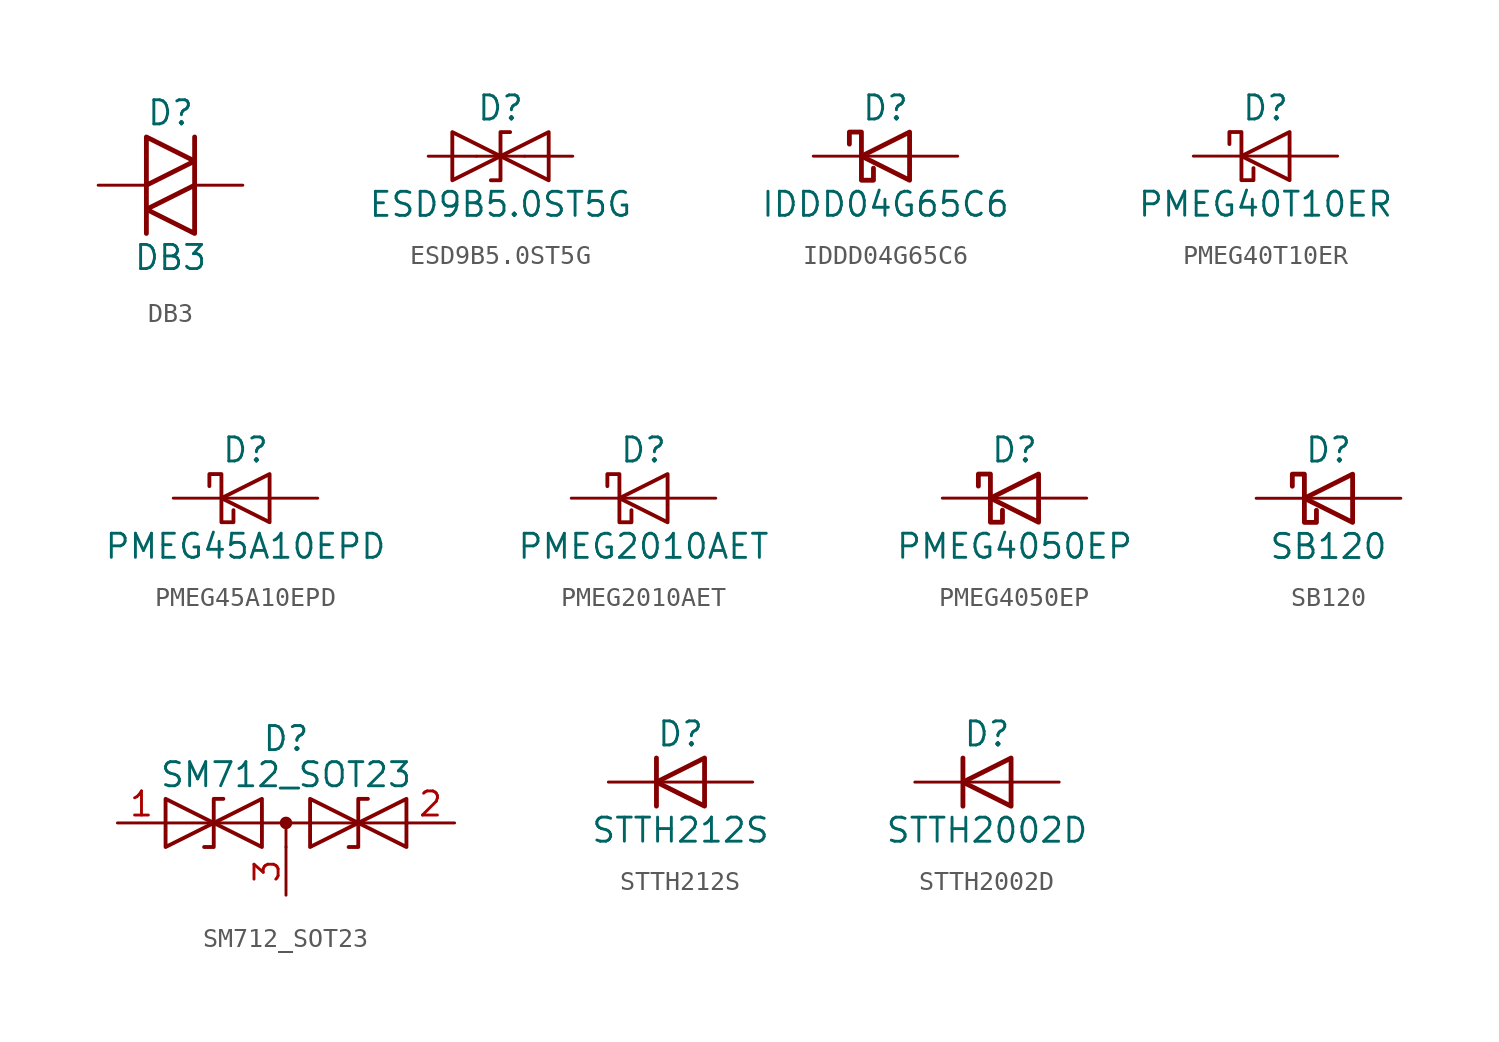
<source format=kicad_sym>
(kicad_symbol_lib
  (version 20220914)
  (generator kicad_symbol_editor)
  (symbol "DB3"
    (pin_numbers hide)
    (pin_names
      (offset 1.016) hide)
    (property "Reference" "D"
      (at 0 3.81 0)
      (effects (font (size 1.27 1.27))))
    (property "Value" "DB3"
      (at 0 -3.81 0)
      (effects (font (size 1.27 1.27))))
    (symbol "DB3_0_1"
      (polyline (pts (xy -1.27 0) (xy -1.27 -2.54)) (stroke (width 0.254) (type default)) (fill (type none)))
      (polyline (pts (xy 1.27 2.54) (xy 1.27 0)) (stroke (width 0.254) (type default)) (fill (type none)))
      (polyline (pts (xy -1.27 2.54) (xy -1.27 0) (xy 1.27 1.27) (xy -1.27 2.54)) (stroke (width 0.254) (type default)) (fill (type none)))
      (polyline (pts (xy 1.27 0) (xy 1.27 -2.54) (xy -1.27 -1.27) (xy 1.27 0)) (stroke (width 0.254) (type default)) (fill (type none))))
    (symbol "DB3_1_1"
      (pin passive line (at -3.81 0 0) (length 2.54) (name "K" (effects (font (size 1.27 1.27)))) (number "1" (effects (font (size 1.27 1.27)))))
      (pin passive line (at 3.81 0 180) (length 2.54) (name "A" (effects (font (size 1.27 1.27)))) (number "2" (effects (font (size 1.27 1.27)))))))
  (symbol "ESD9B5.0ST5G"
    (pin_numbers hide)
    (pin_names
      (offset 1.016) hide)
    (property "Reference" "D"
      (at 0 2.54 0)
      (effects (font (size 1.27 1.27))))
    (property "Value" "ESD9B5.0ST5G"
      (at 0 -2.54 0)
      (effects (font (size 1.27 1.27))))
    (symbol "ESD9B5.0ST5G_0_1"
      (polyline (pts (xy 1.27 0) (xy -1.27 0)) (stroke (width 0) (type default)) (fill (type none)))
      (polyline (pts (xy -2.54 -1.27) (xy 0 0) (xy -2.54 1.27) (xy -2.54 -1.27)) (stroke (width 0.203) (type default)) (fill (type none)))
      (polyline (pts (xy 0.508 1.27) (xy 0 1.27) (xy 0 -1.27) (xy -0.508 -1.27)) (stroke (width 0.203) (type default)) (fill (type none)))
      (polyline (pts (xy 2.54 1.27) (xy 2.54 -1.27) (xy 0 0) (xy 2.54 1.27)) (stroke (width 0.203) (type default)) (fill (type none))))
    (symbol "ESD9B5.0ST5G_1_1"
      (pin passive line (at -3.81 0 0) (length 2.54) (name "A1" (effects (font (size 1.27 1.27)))) (number "1" (effects (font (size 1.27 1.27)))))
      (pin passive line (at 3.81 0 180) (length 2.54) (name "A2" (effects (font (size 1.27 1.27)))) (number "2" (effects (font (size 1.27 1.27)))))))
  (symbol "IDDD04G65C6"
    (pin_numbers hide)
    (pin_names
      (offset 1.016) hide)
    (property "Reference" "D"
      (at 0 2.54 0)
      (effects (font (size 1.27 1.27))))
    (property "Value" "IDDD04G65C6"
      (at 0 -2.54 0)
      (effects (font (size 1.27 1.27))))
    (symbol "IDDD04G65C6_0_1"
      (polyline (pts (xy 1.27 0) (xy -1.27 0)) (stroke (width 0) (type default)) (fill (type none)))
      (polyline (pts (xy 1.27 1.27) (xy 1.27 -1.27) (xy -1.27 0) (xy 1.27 1.27)) (stroke (width 0.254) (type default)) (fill (type none)))
      (polyline (pts (xy -1.905 0.635) (xy -1.905 1.27) (xy -1.27 1.27) (xy -1.27 -1.27) (xy -0.635 -1.27) (xy -0.635 -0.635)) (stroke (width 0.254) (type default)) (fill (type none))))
    (symbol "IDDD04G65C6_1_1"
      (pin no_connect line (at 1.27 -1.27 180) (length 2.54) hide (name "NC" (effects (font (size 1.27 1.27)))) (number "1" (effects (font (size 1.27 1.27)))))
      (pin passive line (at -3.81 0 0) (length 2.54) hide (name "K" (effects (font (size 1.27 1.27)))) (number "10" (effects (font (size 1.27 1.27)))))
      (pin no_connect line (at 1.27 1.27 180) (length 2.54) hide (name "NC" (effects (font (size 1.27 1.27)))) (number "2" (effects (font (size 1.27 1.27)))))
      (pin passive line (at 3.81 0 180) (length 2.54) (name "A" (effects (font (size 1.27 1.27)))) (number "3" (effects (font (size 1.27 1.27)))))
      (pin passive line (at 3.81 0 180) (length 2.54) hide (name "A" (effects (font (size 1.27 1.27)))) (number "4" (effects (font (size 1.27 1.27)))))
      (pin passive line (at 3.81 0 180) (length 2.54) hide (name "A" (effects (font (size 1.27 1.27)))) (number "5" (effects (font (size 1.27 1.27)))))
      (pin passive line (at -3.81 0 0) (length 2.54) (name "K" (effects (font (size 1.27 1.27)))) (number "6" (effects (font (size 1.27 1.27)))))
      (pin passive line (at -3.81 0 0) (length 2.54) hide (name "K" (effects (font (size 1.27 1.27)))) (number "7" (effects (font (size 1.27 1.27)))))
      (pin passive line (at -3.81 0 0) (length 2.54) hide (name "K" (effects (font (size 1.27 1.27)))) (number "8" (effects (font (size 1.27 1.27)))))
      (pin passive line (at -3.81 0 0) (length 2.54) hide (name "K" (effects (font (size 1.27 1.27)))) (number "9" (effects (font (size 1.27 1.27)))))))
  (symbol "PMEG40T10ER"
    (pin_numbers hide)
    (pin_names hide)
    (property "Reference" "D"
      (at 0 2.54 0)
      (effects (font (size 1.27 1.27))))
    (property "Value" "PMEG40T10ER"
      (at 0 -2.54 0)
      (effects (font (size 1.27 1.27))))
    (symbol "PMEG40T10ER_0_1"
      (polyline (pts (xy 1.27 0) (xy -1.27 0)) (stroke (width 0) (type default)) (fill (type none)))
      (polyline (pts (xy 1.27 1.27) (xy 1.27 -1.27) (xy -1.27 0) (xy 1.27 1.27)) (stroke (width 0.203) (type default)) (fill (type none)))
      (polyline (pts (xy -1.905 0.635) (xy -1.905 1.27) (xy -1.27 1.27) (xy -1.27 -1.27) (xy -0.635 -1.27) (xy -0.635 -0.635)) (stroke (width 0.203) (type default)) (fill (type none))))
    (symbol "PMEG40T10ER_1_1"
      (pin passive line (at -3.81 0 0) (length 2.54) (name "K" (effects (font (size 1.27 1.27)))) (number "1" (effects (font (size 1.27 1.27)))))
      (pin passive line (at 3.81 0 180) (length 2.54) (name "A" (effects (font (size 1.27 1.27)))) (number "2" (effects (font (size 1.27 1.27)))))))
  (symbol "PMEG45A10EPD"
    (pin_numbers hide)
    (pin_names hide)
    (property "Reference" "D"
      (at 0 2.54 0)
      (effects (font (size 1.27 1.27))))
    (property "Value" "PMEG45A10EPD"
      (at 0 -2.54 0)
      (effects (font (size 1.27 1.27))))
    (symbol "PMEG45A10EPD_0_1"
      (polyline (pts (xy 1.27 0) (xy -1.27 0)) (stroke (width 0) (type default)) (fill (type none)))
      (polyline (pts (xy 1.27 1.27) (xy 1.27 -1.27) (xy -1.27 0) (xy 1.27 1.27)) (stroke (width 0.203) (type default)) (fill (type none)))
      (polyline (pts (xy -1.905 0.635) (xy -1.905 1.27) (xy -1.27 1.27) (xy -1.27 -1.27) (xy -0.635 -1.27) (xy -0.635 -0.635)) (stroke (width 0.203) (type default)) (fill (type none))))
    (symbol "PMEG45A10EPD_1_1"
      (pin passive line (at 3.81 0 180) (length 2.54) (name "A" (effects (font (size 1.27 1.27)))) (number "1" (effects (font (size 1.27 1.27)))))
      (pin passive line (at 3.81 0 180) (length 2.54) hide (name "A" (effects (font (size 1.27 1.27)))) (number "2" (effects (font (size 1.27 1.27)))))
      (pin passive line (at -3.81 0 0) (length 2.54) (name "K" (effects (font (size 1.27 1.27)))) (number "3" (effects (font (size 1.27 1.27)))))))
  (symbol "PMEG2010AET"
    (pin_numbers hide)
    (pin_names hide)
    (property "Reference" "D"
      (at 0 2.54 0)
      (effects (font (size 1.27 1.27))))
    (property "Value" "PMEG2010AET"
      (at 0 -2.54 0)
      (effects (font (size 1.27 1.27))))
    (symbol "PMEG2010AET_0_1"
      (polyline (pts (xy 1.27 0) (xy -1.27 0)) (stroke (width 0) (type default)) (fill (type none)))
      (polyline (pts (xy 1.27 -1.27) (xy 1.27 1.27) (xy -1.27 0) (xy 1.27 -1.27)) (stroke (width 0.203) (type default)) (fill (type none)))
      (polyline (pts (xy -1.905 0.635) (xy -1.905 1.27) (xy -1.27 1.27) (xy -1.27 -1.27) (xy -0.635 -1.27) (xy -0.635 -0.635)) (stroke (width 0.203) (type default)) (fill (type none))))
    (symbol "PMEG2010AET_1_1"
      (pin passive line (at 3.81 0 180) (length 2.54) (name "A" (effects (font (size 1.27 1.27)))) (number "1" (effects (font (size 1.27 1.27)))))
      (pin no_connect line (at 0 0 180) (length 2.54) hide (name "NC" (effects (font (size 1.27 1.27)))) (number "2" (effects (font (size 1.27 1.27)))))
      (pin passive line (at -3.81 0 0) (length 2.54) (name "K" (effects (font (size 1.27 1.27)))) (number "3" (effects (font (size 1.27 1.27)))))))
  (symbol "PMEG4050EP"
    (pin_numbers hide)
    (pin_names hide)
    (property "Reference" "D"
      (at 0 2.54 0)
      (effects (font (size 1.27 1.27))))
    (property "Value" "PMEG4050EP"
      (at 0 -2.54 0)
      (effects (font (size 1.27 1.27))))
    (symbol "PMEG4050EP_0_1"
      (polyline (pts (xy 1.27 0) (xy -1.27 0)) (stroke (width 0) (type default)) (fill (type none)))
      (polyline (pts (xy 1.27 1.27) (xy 1.27 -1.27) (xy -1.27 0) (xy 1.27 1.27)) (stroke (width 0.254) (type default)) (fill (type none)))
      (polyline (pts (xy -1.905 0.635) (xy -1.905 1.27) (xy -1.27 1.27) (xy -1.27 -1.27) (xy -0.635 -1.27) (xy -0.635 -0.635)) (stroke (width 0.254) (type default)) (fill (type none))))
    (symbol "PMEG4050EP_1_1"
      (pin passive line (at -3.81 0 0) (length 2.54) (name "K" (effects (font (size 1.27 1.27)))) (number "1" (effects (font (size 1.27 1.27)))))
      (pin passive line (at 3.81 0 180) (length 2.54) (name "A" (effects (font (size 1.27 1.27)))) (number "2" (effects (font (size 1.27 1.27)))))))
  (symbol "SB120"
    (pin_numbers hide)
    (pin_names
      (offset 1.016) hide)
    (property "Reference" "D"
      (at 0 2.54 0)
      (effects (font (size 1.27 1.27))))
    (property "Value" "SB120"
      (at 0 -2.54 0)
      (effects (font (size 1.27 1.27))))
    (symbol "SB120_0_1"
      (polyline (pts (xy 1.27 0) (xy -1.27 0)) (stroke (width 0) (type default)) (fill (type none)))
      (polyline (pts (xy 1.27 1.27) (xy 1.27 -1.27) (xy -1.27 0) (xy 1.27 1.27)) (stroke (width 0.254) (type default)) (fill (type none)))
      (polyline (pts (xy -1.905 0.635) (xy -1.905 1.27) (xy -1.27 1.27) (xy -1.27 -1.27) (xy -0.635 -1.27) (xy -0.635 -0.635)) (stroke (width 0.254) (type default)) (fill (type none))))
    (symbol "SB120_1_1"
      (pin passive line (at -3.81 0 0) (length 2.54) (name "K" (effects (font (size 1.27 1.27)))) (number "1" (effects (font (size 1.27 1.27)))))
      (pin passive line (at 3.81 0 180) (length 2.54) (name "A" (effects (font (size 1.27 1.27)))) (number "2" (effects (font (size 1.27 1.27)))))))
  (symbol "SM712_SOT23"
    (pin_names
      (offset 1.016) hide)
    (property "Reference" "D"
      (at 0 4.445 0)
      (effects (font (size 1.27 1.27))))
    (property "Value" "SM712_SOT23"
      (at 0 2.54 0)
      (effects (font (size 1.27 1.27))))
    (symbol "SM712_SOT23_0_0"
      (polyline (pts (xy 0 -1.27) (xy 0 0)) (stroke (width 0) (type default)) (fill (type none))))
    (symbol "SM712_SOT23_0_1"
      (polyline (pts (xy -6.35 0) (xy 6.35 0)) (stroke (width 0) (type default)) (fill (type none)))
      (polyline (pts (xy -3.302 1.27) (xy -3.81 1.27) (xy -3.81 -1.27) (xy -4.318 -1.27)) (stroke (width 0.203) (type default)) (fill (type none)))
      (polyline (pts (xy 4.318 1.27) (xy 3.81 1.27) (xy 3.81 -1.27) (xy 3.302 -1.27)) (stroke (width 0.203) (type default)) (fill (type none)))
      (polyline (pts (xy -6.35 -1.27) (xy -1.27 1.27) (xy -1.27 -1.27) (xy -6.35 1.27) (xy -6.35 -1.27)) (stroke (width 0.203) (type default)) (fill (type none)))
      (polyline (pts (xy 1.27 -1.27) (xy 1.27 1.27) (xy 6.35 -1.27) (xy 6.35 1.27) (xy 1.27 -1.27)) (stroke (width 0.203) (type default)) (fill (type none)))
      (circle (center 0 0) (radius 0.254) (stroke (width 0) (type default)) (fill (type outline))))
    (symbol "SM712_SOT23_1_1"
      (pin passive line (at -8.89 0 0) (length 2.54) (name "A1" (effects (font (size 1.27 1.27)))) (number "1" (effects (font (size 1.27 1.27)))))
      (pin passive line (at 8.89 0 180) (length 2.54) (name "A2" (effects (font (size 1.27 1.27)))) (number "2" (effects (font (size 1.27 1.27)))))
      (pin input line (at 0 -3.81 90) (length 2.54) (name "common" (effects (font (size 1.27 1.27)))) (number "3" (effects (font (size 1.27 1.27)))))))
  (symbol "STTH212S"
    (pin_numbers hide)
    (pin_names
      (offset 1.016) hide)
    (property "Reference" "D"
      (at 0 2.54 0)
      (effects (font (size 1.27 1.27))))
    (property "Value" "STTH212S"
      (at 0 -2.54 0)
      (effects (font (size 1.27 1.27))))
    (symbol "STTH212S_0_1"
      (polyline (pts (xy -1.27 1.27) (xy -1.27 -1.27)) (stroke (width 0.254) (type default)) (fill (type none)))
      (polyline (pts (xy 1.27 0) (xy -1.27 0)) (stroke (width 0) (type default)) (fill (type none)))
      (polyline (pts (xy 1.27 1.27) (xy 1.27 -1.27) (xy -1.27 0) (xy 1.27 1.27)) (stroke (width 0.254) (type default)) (fill (type none))))
    (symbol "STTH212S_1_1"
      (pin passive line (at -3.81 0 0) (length 2.54) (name "K" (effects (font (size 1.27 1.27)))) (number "1" (effects (font (size 1.27 1.27)))))
      (pin passive line (at 3.81 0 180) (length 2.54) (name "A" (effects (font (size 1.27 1.27)))) (number "2" (effects (font (size 1.27 1.27)))))))
  (symbol "STTH2002D"
    (pin_numbers hide)
    (pin_names hide)
    (property "Reference" "D"
      (at 0 2.54 0)
      (effects (font (size 1.27 1.27))))
    (property "Value" "STTH2002D"
      (at 0 -2.54 0)
      (effects (font (size 1.27 1.27))))
    (symbol "STTH2002D_0_0"
      (pin no_connect line (at 0 0 90) (length 2.54) hide (name "NC" (effects (font (size 1.27 1.27)))) (number "3" (effects (font (size 1.27 1.27))))))
    (symbol "STTH2002D_0_1"
      (polyline (pts (xy -1.27 1.27) (xy -1.27 -1.27)) (stroke (width 0.254) (type default)) (fill (type none)))
      (polyline (pts (xy 1.27 0) (xy -1.27 0)) (stroke (width 0) (type default)) (fill (type none)))
      (polyline (pts (xy 1.27 1.27) (xy 1.27 -1.27) (xy -1.27 0) (xy 1.27 1.27)) (stroke (width 0.254) (type default)) (fill (type none))))
    (symbol "STTH2002D_1_1"
      (pin passive line (at -3.81 0 0) (length 2.54) (name "K" (effects (font (size 1.27 1.27)))) (number "1" (effects (font (size 1.27 1.27)))))
      (pin passive line (at 3.81 0 180) (length 2.54) (name "A" (effects (font (size 1.27 1.27)))) (number "2" (effects (font (size 1.27 1.27))))))))
</source>
